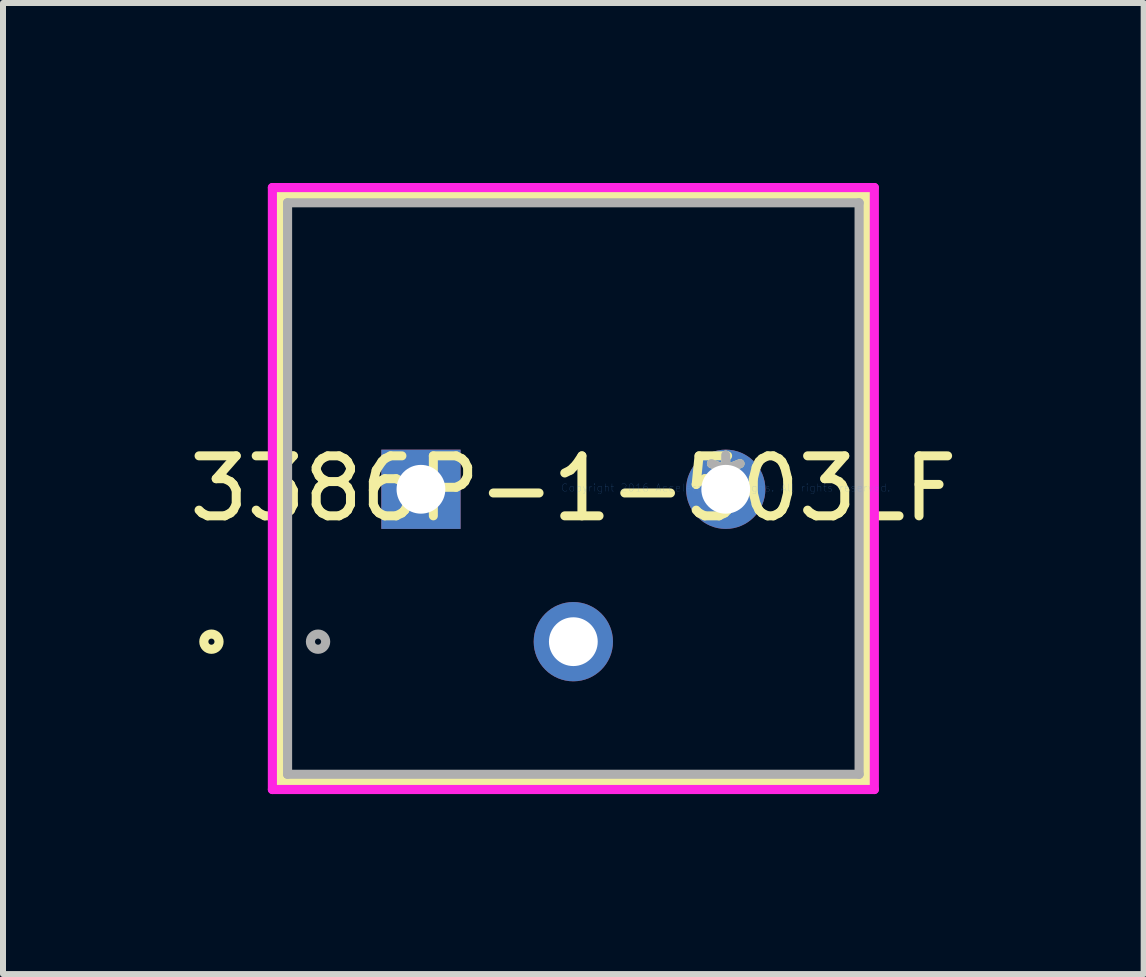
<source format=kicad_pcb>
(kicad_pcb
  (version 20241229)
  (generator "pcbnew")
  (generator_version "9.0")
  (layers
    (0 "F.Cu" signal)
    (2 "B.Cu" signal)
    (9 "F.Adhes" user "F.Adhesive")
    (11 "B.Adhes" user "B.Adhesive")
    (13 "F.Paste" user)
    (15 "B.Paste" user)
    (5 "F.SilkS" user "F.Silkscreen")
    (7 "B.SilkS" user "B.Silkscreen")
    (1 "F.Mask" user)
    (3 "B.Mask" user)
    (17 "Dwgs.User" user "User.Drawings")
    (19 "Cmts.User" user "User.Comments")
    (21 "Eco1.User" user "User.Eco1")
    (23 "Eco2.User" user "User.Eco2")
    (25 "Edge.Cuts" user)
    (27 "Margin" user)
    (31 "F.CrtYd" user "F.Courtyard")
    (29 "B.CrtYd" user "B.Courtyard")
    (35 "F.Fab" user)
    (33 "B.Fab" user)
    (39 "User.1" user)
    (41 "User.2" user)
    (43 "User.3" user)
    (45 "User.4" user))
  (footprint "3386P-1-503LF"
    (layer "F.Cu")
    (at 9.046 5.08)
    (property "Reference" "3386P-1-503LF" (at -2.54 0.013 0) (layer "F.SilkS") (effects (font (size 1 1) (thickness 0.15))))
    (attr through_hole)
    (fp_line (start -7.429 -4.877) (end 2.349 -4.877) (stroke (width 0.152) (type solid)) (layer "F.SilkS"))
    (fp_line (start -7.429 4.902) (end -7.429 -4.877) (stroke (width 0.152) (type solid)) (layer "F.SilkS"))
    (fp_line (start 2.349 -4.877) (end 2.349 4.902) (stroke (width 0.152) (type solid)) (layer "F.SilkS"))
    (fp_line (start 2.349 4.902) (end -7.429 4.902) (stroke (width 0.152) (type solid)) (layer "F.SilkS"))
    (fp_circle (center -8.572 2.565) (end -8.445 2.565) (stroke (width 0.152) (type solid)) (fill no) (layer "F.SilkS"))
    (fp_line (start -7.556 -5.004) (end 2.477 -5.004) (stroke (width 0.152) (type solid)) (layer "F.CrtYd"))
    (fp_line (start -7.556 5.029) (end -7.556 -5.004) (stroke (width 0.152) (type solid)) (layer "F.CrtYd"))
    (fp_line (start 2.477 -5.004) (end 2.477 5.029) (stroke (width 0.152) (type solid)) (layer "F.CrtYd"))
    (fp_line (start 2.477 5.029) (end -7.556 5.029) (stroke (width 0.152) (type solid)) (layer "F.CrtYd"))
    (fp_line (start -7.303 -4.75) (end 2.223 -4.75) (stroke (width 0.152) (type solid)) (layer "F.Fab"))
    (fp_line (start -7.303 4.775) (end -7.303 -4.75) (stroke (width 0.152) (type solid)) (layer "F.Fab"))
    (fp_line (start 2.223 -4.75) (end 2.223 4.775) (stroke (width 0.152) (type solid)) (layer "F.Fab"))
    (fp_line (start 2.223 4.775) (end -7.303 4.775) (stroke (width 0.152) (type solid)) (layer "F.Fab"))
    (fp_circle (center -6.795 2.565) (end -6.668 2.565) (stroke (width 0.152) (type solid)) (fill no) (layer "F.Fab"))
    (fp_text user "*" (at 0 0 0) (layer "F.SilkS") (effects (font (size 1 1) (thickness 0.15))))
    (fp_text user "Copyright 2016 Accelerated Designs. All rights reserved." (at 0 0 0) (layer "Cmts.User") (effects (font (size 0.127 0.127) (thickness 0.002))))
    (fp_text user "*" (at 0 0 0) (layer "F.Fab") (effects (font (size 1 1) (thickness 0.15))))
    (pad "1" thru_hole rect (at -5.08 0.025) (size 1.321 1.321) (drill 0.813) (layers "*.Cu" "*.Mask"))
    (pad "2" thru_hole circle (at -2.54 2.565) (size 1.321 1.321) (drill 0.813) (layers "*.Cu" "*.Mask"))
    (pad "3" thru_hole circle (at 0 0.025) (size 1.321 1.321) (drill 0.813) (layers "*.Cu" "*.Mask")))
  (gr_rect
    (start -3 -3)
    (end 16.012 13.185)
    (stroke (width 0.1) (type default))
    (fill no)
    (layer "Edge.Cuts")))
</source>
